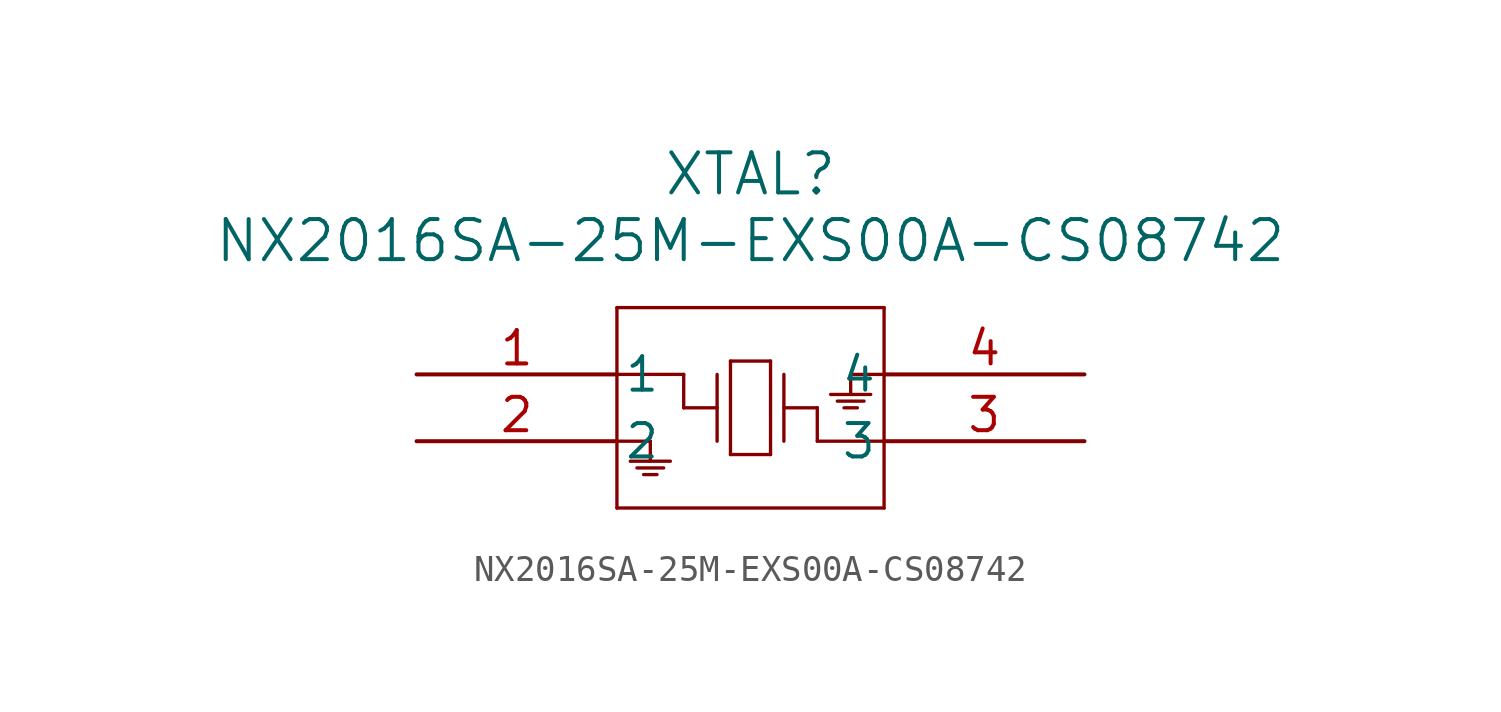
<source format=kicad_sym>
(kicad_symbol_lib
  (version 20211014)
  (generator kicad_symbol_editor)
  (symbol "NX2016SA-25M-EXS00A-CS08742"
    (pin_names
      (offset 0.254))
    (property "Reference" "XTAL"
      (at 12.7 7.62 0)
      (effects (font (size 1.524 1.524))))
    (property "Value" "NX2016SA-25M-EXS00A-CS08742"
      (at 12.7 5.08 0)
      (effects (font (size 1.524 1.524))))
    (symbol "NX2016SA-25M-EXS00A-CS08742_0_1"
      (polyline (pts (xy 7.62 2.54) (xy 7.62 -5.08)) (stroke (width 0.127) (type default) (color 0 0 0 0)) (fill (type none)))
      (polyline (pts (xy 7.62 -5.08) (xy 17.78 -5.08)) (stroke (width 0.127) (type default) (color 0 0 0 0)) (fill (type none)))
      (polyline (pts (xy 17.78 -5.08) (xy 17.78 2.54)) (stroke (width 0.127) (type default) (color 0 0 0 0)) (fill (type none)))
      (polyline (pts (xy 17.78 2.54) (xy 7.62 2.54)) (stroke (width 0.127) (type default) (color 0 0 0 0)) (fill (type none)))
      (polyline (pts (xy 11.43 0) (xy 11.43 -2.54)) (stroke (width 0.127) (type default) (color 0 0 0 0)) (fill (type none)))
      (polyline (pts (xy 11.43 -1.27) (xy 10.16 -1.27)) (stroke (width 0.127) (type default) (color 0 0 0 0)) (fill (type none)))
      (polyline (pts (xy 10.16 -1.27) (xy 10.16 0)) (stroke (width 0.127) (type default) (color 0 0 0 0)) (fill (type none)))
      (polyline (pts (xy 10.16 0) (xy 7.62 0)) (stroke (width 0.127) (type default) (color 0 0 0 0)) (fill (type none)))
      (polyline (pts (xy 13.97 0) (xy 13.97 -2.54)) (stroke (width 0.127) (type default) (color 0 0 0 0)) (fill (type none)))
      (polyline (pts (xy 13.97 -1.27) (xy 15.24 -1.27)) (stroke (width 0.127) (type default) (color 0 0 0 0)) (fill (type none)))
      (polyline (pts (xy 15.24 -1.27) (xy 15.24 -2.54)) (stroke (width 0.127) (type default) (color 0 0 0 0)) (fill (type none)))
      (polyline (pts (xy 15.24 -2.54) (xy 17.78 -2.54)) (stroke (width 0.127) (type default) (color 0 0 0 0)) (fill (type none)))
      (polyline (pts (xy 11.938 0.508) (xy 11.938 -3.048)) (stroke (width 0.127) (type default) (color 0 0 0 0)) (fill (type none)))
      (polyline (pts (xy 11.938 -3.048) (xy 13.462 -3.048)) (stroke (width 0.127) (type default) (color 0 0 0 0)) (fill (type none)))
      (polyline (pts (xy 13.462 -3.048) (xy 13.462 0.508)) (stroke (width 0.127) (type default) (color 0 0 0 0)) (fill (type none)))
      (polyline (pts (xy 13.462 0.508) (xy 11.938 0.508)) (stroke (width 0.127) (type default) (color 0 0 0 0)) (fill (type none)))
      (polyline (pts (xy 7.62 -2.54) (xy 8.89 -2.54)) (stroke (width 0.127) (type default) (color 0 0 0 0)) (fill (type none)))
      (polyline (pts (xy 8.89 -2.54) (xy 8.89 -3.302)) (stroke (width 0.127) (type default) (color 0 0 0 0)) (fill (type none)))
      (polyline (pts (xy 8.636 -3.81) (xy 9.144 -3.81)) (stroke (width 0.127) (type default) (color 0 0 0 0)) (fill (type none)))
      (polyline (pts (xy 8.382 -3.556) (xy 9.398 -3.556)) (stroke (width 0.127) (type default) (color 0 0 0 0)) (fill (type none)))
      (polyline (pts (xy 8.128 -3.302) (xy 9.652 -3.302)) (stroke (width 0.127) (type default) (color 0 0 0 0)) (fill (type none)))
      (polyline (pts (xy 17.78 0) (xy 16.51 0)) (stroke (width 0.127) (type default) (color 0 0 0 0)) (fill (type none)))
      (polyline (pts (xy 16.51 0) (xy 16.51 -0.762)) (stroke (width 0.127) (type default) (color 0 0 0 0)) (fill (type none)))
      (polyline (pts (xy 16.764 -1.27) (xy 16.256 -1.27)) (stroke (width 0.127) (type default) (color 0 0 0 0)) (fill (type none)))
      (polyline (pts (xy 17.018 -1.016) (xy 16.002 -1.016)) (stroke (width 0.127) (type default) (color 0 0 0 0)) (fill (type none)))
      (polyline (pts (xy 17.272 -0.762) (xy 15.748 -0.762)) (stroke (width 0.127) (type default) (color 0 0 0 0)) (fill (type none)))
      (pin unspecified line (at 0 0 0) (length 7.62) (name "1" (effects (font (size 1.27 1.27)))) (number "1" (effects (font (size 1.27 1.27)))))
      (pin unspecified line (at 0 -2.54 0) (length 7.62) (name "2" (effects (font (size 1.27 1.27)))) (number "2" (effects (font (size 1.27 1.27)))))
      (pin unspecified line (at 25.4 -2.54 180) (length 7.62) (name "3" (effects (font (size 1.27 1.27)))) (number "3" (effects (font (size 1.27 1.27)))))
      (pin unspecified line (at 25.4 0 180) (length 7.62) (name "4" (effects (font (size 1.27 1.27)))) (number "4" (effects (font (size 1.27 1.27))))))))
</source>
